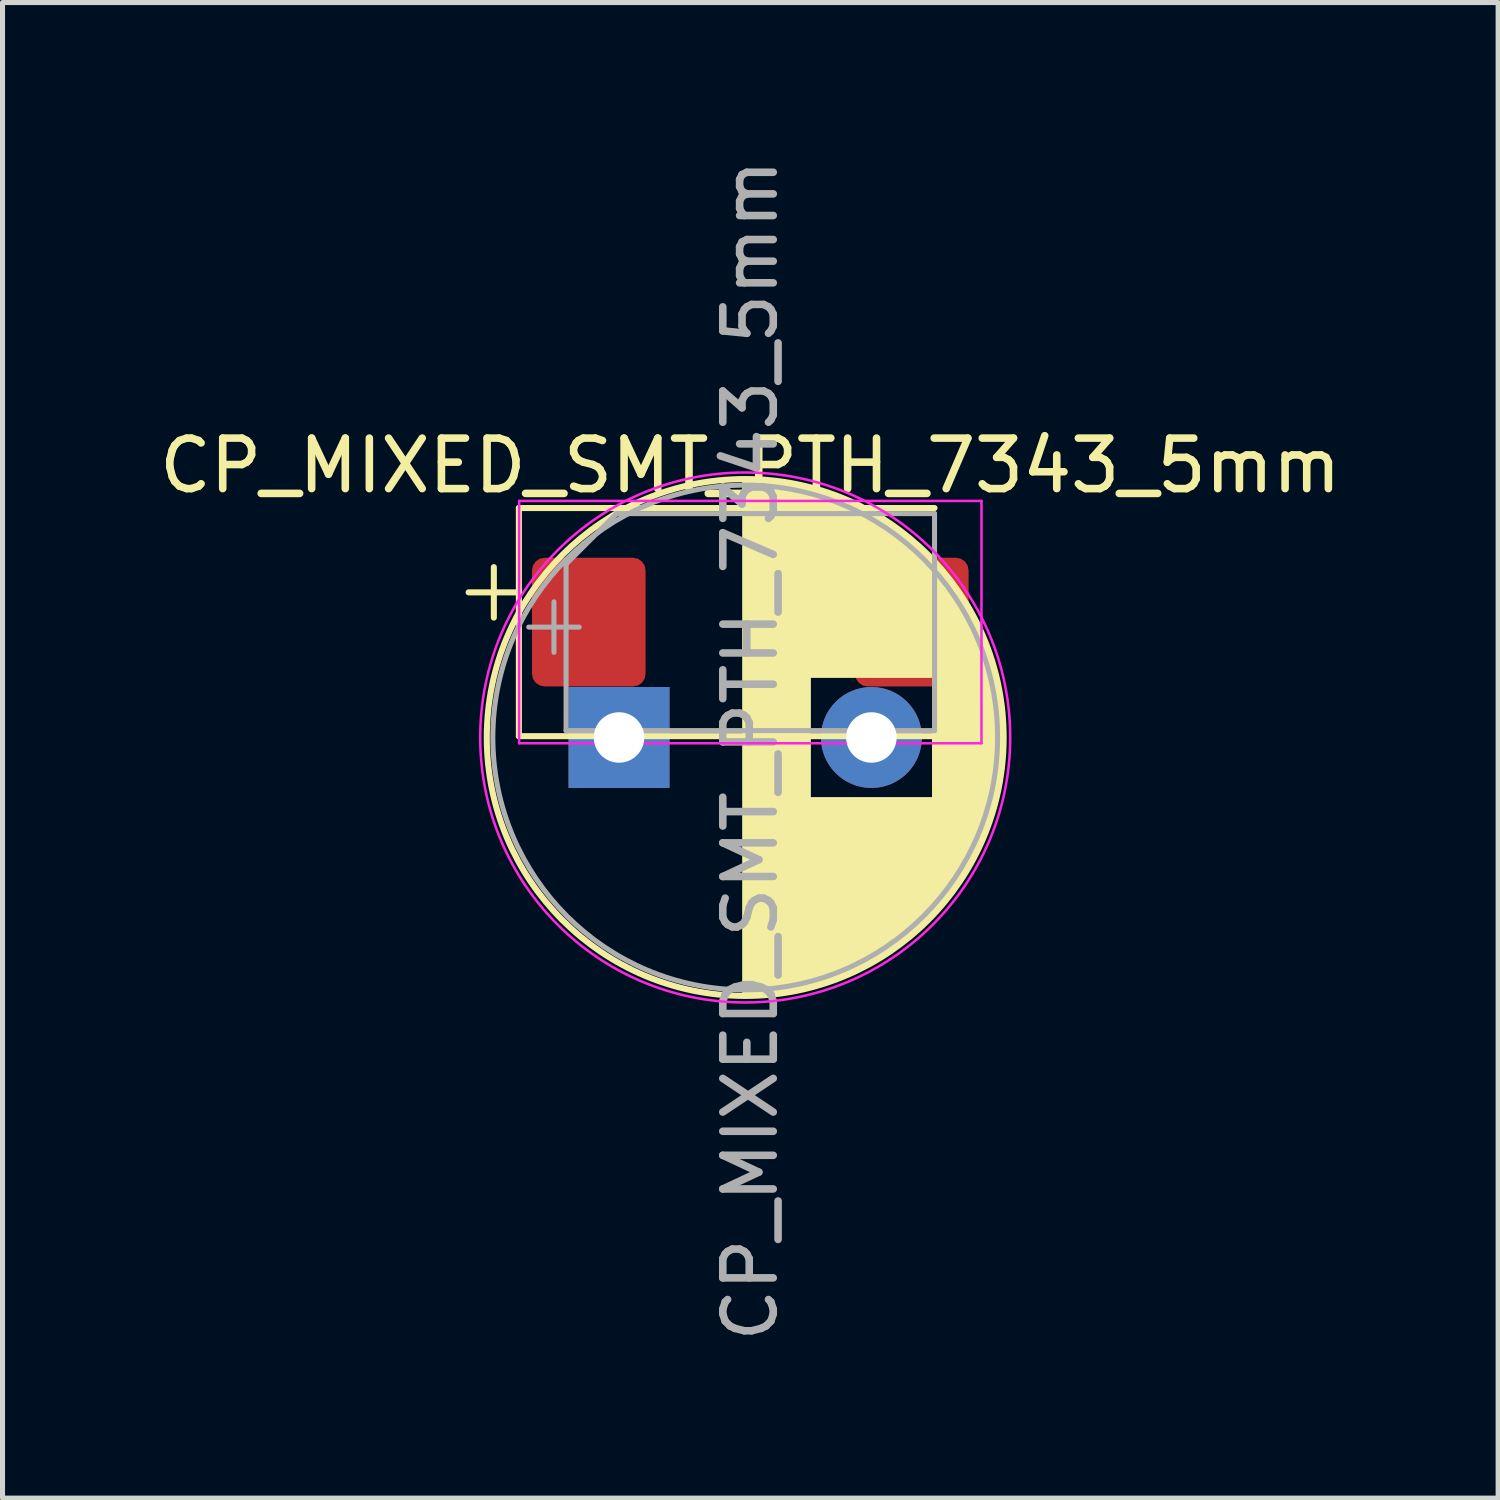
<source format=kicad_pcb>
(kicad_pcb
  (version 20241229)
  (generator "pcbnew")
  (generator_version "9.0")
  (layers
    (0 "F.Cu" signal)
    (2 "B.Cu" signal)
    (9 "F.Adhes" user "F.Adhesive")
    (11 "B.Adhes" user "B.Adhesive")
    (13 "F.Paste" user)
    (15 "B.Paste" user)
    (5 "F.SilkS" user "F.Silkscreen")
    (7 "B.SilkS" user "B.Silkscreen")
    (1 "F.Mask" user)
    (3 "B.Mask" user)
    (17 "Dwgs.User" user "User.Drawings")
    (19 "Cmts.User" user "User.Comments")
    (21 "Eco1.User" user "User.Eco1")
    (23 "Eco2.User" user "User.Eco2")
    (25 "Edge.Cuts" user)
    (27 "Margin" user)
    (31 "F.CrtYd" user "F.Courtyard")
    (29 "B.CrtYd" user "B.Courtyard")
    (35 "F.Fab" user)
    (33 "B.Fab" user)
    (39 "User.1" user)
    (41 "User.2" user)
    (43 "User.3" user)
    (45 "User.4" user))
  (footprint "CP_MIXED_SMT_PTH_7343_5mm"
    (layer "F.Cu")
    (at 11.815 9.275)
    (property "Reference" "CP_MIXED_SMT_PTH_7343_5mm" (at 0 -3.1 0) (layer "F.SilkS") (effects (font (size 1 1) (thickness 0.15))))
    (attr smd)
    (fp_line (start -5.581 -0.589) (end -4.581 -0.589) (stroke (width 0.12) (type solid)) (layer "F.SilkS"))
    (fp_line (start -5.081 -1.089) (end -5.081 -0.089) (stroke (width 0.12) (type solid)) (layer "F.SilkS"))
    (fp_line (start -4.585 -2.26) (end -4.585 2.26) (stroke (width 0.12) (type solid)) (layer "F.SilkS"))
    (fp_line (start -4.585 2.26) (end 3.65 2.26) (stroke (width 0.12) (type solid)) (layer "F.SilkS"))
    (fp_line (start -0.101 -2.794) (end -0.101 7.366) (stroke (width 0.12) (type solid)) (layer "F.SilkS"))
    (fp_line (start -0.061 -2.794) (end -0.061 7.366) (stroke (width 0.12) (type solid)) (layer "F.SilkS"))
    (fp_line (start -0.021 -2.794) (end -0.021 7.366) (stroke (width 0.12) (type solid)) (layer "F.SilkS"))
    (fp_line (start 0.019 -2.793) (end 0.019 7.365) (stroke (width 0.12) (type solid)) (layer "F.SilkS"))
    (fp_line (start 0.059 -2.792) (end 0.059 7.364) (stroke (width 0.12) (type solid)) (layer "F.SilkS"))
    (fp_line (start 0.099 -2.791) (end 0.099 7.363) (stroke (width 0.12) (type solid)) (layer "F.SilkS"))
    (fp_line (start 0.139 -2.789) (end 0.139 7.361) (stroke (width 0.12) (type solid)) (layer "F.SilkS"))
    (fp_line (start 0.179 -2.787) (end 0.179 7.359) (stroke (width 0.12) (type solid)) (layer "F.SilkS"))
    (fp_line (start 0.219 -2.784) (end 0.219 7.356) (stroke (width 0.12) (type solid)) (layer "F.SilkS"))
    (fp_line (start 0.259 -2.782) (end 0.259 7.354) (stroke (width 0.12) (type solid)) (layer "F.SilkS"))
    (fp_line (start 0.299 -2.779) (end 0.299 7.351) (stroke (width 0.12) (type solid)) (layer "F.SilkS"))
    (fp_line (start 0.339 -2.776) (end 0.339 7.348) (stroke (width 0.12) (type solid)) (layer "F.SilkS"))
    (fp_line (start 0.379 -2.772) (end 0.379 7.344) (stroke (width 0.12) (type solid)) (layer "F.SilkS"))
    (fp_line (start 0.419 -2.768) (end 0.419 7.34) (stroke (width 0.12) (type solid)) (layer "F.SilkS"))
    (fp_line (start 0.459 -2.764) (end 0.459 7.336) (stroke (width 0.12) (type solid)) (layer "F.SilkS"))
    (fp_line (start 0.499 -2.759) (end 0.499 7.331) (stroke (width 0.12) (type solid)) (layer "F.SilkS"))
    (fp_line (start 0.539 -2.754) (end 0.539 7.326) (stroke (width 0.12) (type solid)) (layer "F.SilkS"))
    (fp_line (start 0.579 -2.749) (end 0.579 7.321) (stroke (width 0.12) (type solid)) (layer "F.SilkS"))
    (fp_line (start 0.62 -2.744) (end 0.62 7.316) (stroke (width 0.12) (type solid)) (layer "F.SilkS"))
    (fp_line (start 0.66 -2.738) (end 0.66 7.31) (stroke (width 0.12) (type solid)) (layer "F.SilkS"))
    (fp_line (start 0.7 -2.732) (end 0.7 7.304) (stroke (width 0.12) (type solid)) (layer "F.SilkS"))
    (fp_line (start 0.74 -2.725) (end 0.74 7.297) (stroke (width 0.12) (type solid)) (layer "F.SilkS"))
    (fp_line (start 0.78 -2.718) (end 0.78 7.29) (stroke (width 0.12) (type solid)) (layer "F.SilkS"))
    (fp_line (start 0.82 -2.711) (end 0.82 7.283) (stroke (width 0.12) (type solid)) (layer "F.SilkS"))
    (fp_line (start 0.86 -2.704) (end 0.86 7.276) (stroke (width 0.12) (type solid)) (layer "F.SilkS"))
    (fp_line (start 0.9 -2.696) (end 0.9 7.268) (stroke (width 0.12) (type solid)) (layer "F.SilkS"))
    (fp_line (start 0.94 -2.688) (end 0.94 7.26) (stroke (width 0.12) (type solid)) (layer "F.SilkS"))
    (fp_line (start 0.98 -2.679) (end 0.98 7.251) (stroke (width 0.12) (type solid)) (layer "F.SilkS"))
    (fp_line (start 1.02 -2.67) (end 1.02 7.242) (stroke (width 0.12) (type solid)) (layer "F.SilkS"))
    (fp_line (start 1.06 -2.661) (end 1.06 7.233) (stroke (width 0.12) (type solid)) (layer "F.SilkS"))
    (fp_line (start 1.1 -2.652) (end 1.1 7.224) (stroke (width 0.12) (type solid)) (layer "F.SilkS"))
    (fp_line (start 1.14 -2.642) (end 1.14 7.214) (stroke (width 0.12) (type solid)) (layer "F.SilkS"))
    (fp_line (start 1.18 -2.632) (end 1.18 1.045) (stroke (width 0.12) (type solid)) (layer "F.SilkS"))
    (fp_line (start 1.18 3.527) (end 1.18 7.204) (stroke (width 0.12) (type solid)) (layer "F.SilkS"))
    (fp_line (start 1.22 -2.621) (end 1.22 1.045) (stroke (width 0.12) (type solid)) (layer "F.SilkS"))
    (fp_line (start 1.22 3.527) (end 1.22 7.193) (stroke (width 0.12) (type solid)) (layer "F.SilkS"))
    (fp_line (start 1.26 -2.611) (end 1.26 1.045) (stroke (width 0.12) (type solid)) (layer "F.SilkS"))
    (fp_line (start 1.26 3.527) (end 1.26 7.183) (stroke (width 0.12) (type solid)) (layer "F.SilkS"))
    (fp_line (start 1.3 -2.599) (end 1.3 1.045) (stroke (width 0.12) (type solid)) (layer "F.SilkS"))
    (fp_line (start 1.3 3.527) (end 1.3 7.171) (stroke (width 0.12) (type solid)) (layer "F.SilkS"))
    (fp_line (start 1.34 -2.588) (end 1.34 1.045) (stroke (width 0.12) (type solid)) (layer "F.SilkS"))
    (fp_line (start 1.34 3.527) (end 1.34 7.16) (stroke (width 0.12) (type solid)) (layer "F.SilkS"))
    (fp_line (start 1.38 -2.576) (end 1.38 1.045) (stroke (width 0.12) (type solid)) (layer "F.SilkS"))
    (fp_line (start 1.38 3.527) (end 1.38 7.148) (stroke (width 0.12) (type solid)) (layer "F.SilkS"))
    (fp_line (start 1.42 -2.564) (end 1.42 1.045) (stroke (width 0.12) (type solid)) (layer "F.SilkS"))
    (fp_line (start 1.42 3.527) (end 1.42 7.136) (stroke (width 0.12) (type solid)) (layer "F.SilkS"))
    (fp_line (start 1.46 -2.551) (end 1.46 1.045) (stroke (width 0.12) (type solid)) (layer "F.SilkS"))
    (fp_line (start 1.46 3.527) (end 1.46 7.123) (stroke (width 0.12) (type solid)) (layer "F.SilkS"))
    (fp_line (start 1.5 -2.538) (end 1.5 1.045) (stroke (width 0.12) (type solid)) (layer "F.SilkS"))
    (fp_line (start 1.5 3.527) (end 1.5 7.11) (stroke (width 0.12) (type solid)) (layer "F.SilkS"))
    (fp_line (start 1.54 -2.525) (end 1.54 1.045) (stroke (width 0.12) (type solid)) (layer "F.SilkS"))
    (fp_line (start 1.54 3.527) (end 1.54 7.097) (stroke (width 0.12) (type solid)) (layer "F.SilkS"))
    (fp_line (start 1.58 -2.511) (end 1.58 1.045) (stroke (width 0.12) (type solid)) (layer "F.SilkS"))
    (fp_line (start 1.58 3.527) (end 1.58 7.083) (stroke (width 0.12) (type solid)) (layer "F.SilkS"))
    (fp_line (start 1.62 -2.497) (end 1.62 1.045) (stroke (width 0.12) (type solid)) (layer "F.SilkS"))
    (fp_line (start 1.62 3.527) (end 1.62 7.069) (stroke (width 0.12) (type solid)) (layer "F.SilkS"))
    (fp_line (start 1.66 -2.482) (end 1.66 1.045) (stroke (width 0.12) (type solid)) (layer "F.SilkS"))
    (fp_line (start 1.66 3.527) (end 1.66 7.054) (stroke (width 0.12) (type solid)) (layer "F.SilkS"))
    (fp_line (start 1.7 -2.468) (end 1.7 1.045) (stroke (width 0.12) (type solid)) (layer "F.SilkS"))
    (fp_line (start 1.7 3.527) (end 1.7 7.04) (stroke (width 0.12) (type solid)) (layer "F.SilkS"))
    (fp_line (start 1.74 -2.452) (end 1.74 1.045) (stroke (width 0.12) (type solid)) (layer "F.SilkS"))
    (fp_line (start 1.74 3.527) (end 1.74 7.024) (stroke (width 0.12) (type solid)) (layer "F.SilkS"))
    (fp_line (start 1.78 -2.437) (end 1.78 1.045) (stroke (width 0.12) (type solid)) (layer "F.SilkS"))
    (fp_line (start 1.78 3.527) (end 1.78 7.009) (stroke (width 0.12) (type solid)) (layer "F.SilkS"))
    (fp_line (start 1.82 -2.421) (end 1.82 1.045) (stroke (width 0.12) (type solid)) (layer "F.SilkS"))
    (fp_line (start 1.82 3.527) (end 1.82 6.993) (stroke (width 0.12) (type solid)) (layer "F.SilkS"))
    (fp_line (start 1.86 -2.404) (end 1.86 1.045) (stroke (width 0.12) (type solid)) (layer "F.SilkS"))
    (fp_line (start 1.86 3.527) (end 1.86 6.976) (stroke (width 0.12) (type solid)) (layer "F.SilkS"))
    (fp_line (start 1.9 -2.388) (end 1.9 1.045) (stroke (width 0.12) (type solid)) (layer "F.SilkS"))
    (fp_line (start 1.9 3.527) (end 1.9 6.96) (stroke (width 0.12) (type solid)) (layer "F.SilkS"))
    (fp_line (start 1.94 -2.371) (end 1.94 1.045) (stroke (width 0.12) (type solid)) (layer "F.SilkS"))
    (fp_line (start 1.94 3.527) (end 1.94 6.943) (stroke (width 0.12) (type solid)) (layer "F.SilkS"))
    (fp_line (start 1.98 -2.353) (end 1.98 1.045) (stroke (width 0.12) (type solid)) (layer "F.SilkS"))
    (fp_line (start 1.98 3.527) (end 1.98 6.925) (stroke (width 0.12) (type solid)) (layer "F.SilkS"))
    (fp_line (start 2.02 -2.335) (end 2.02 1.045) (stroke (width 0.12) (type solid)) (layer "F.SilkS"))
    (fp_line (start 2.02 3.527) (end 2.02 6.907) (stroke (width 0.12) (type solid)) (layer "F.SilkS"))
    (fp_line (start 2.06 -2.317) (end 2.06 1.045) (stroke (width 0.12) (type solid)) (layer "F.SilkS"))
    (fp_line (start 2.06 3.527) (end 2.06 6.889) (stroke (width 0.12) (type solid)) (layer "F.SilkS"))
    (fp_line (start 2.1 -2.298) (end 2.1 1.045) (stroke (width 0.12) (type solid)) (layer "F.SilkS"))
    (fp_line (start 2.1 3.527) (end 2.1 6.87) (stroke (width 0.12) (type solid)) (layer "F.SilkS"))
    (fp_line (start 2.14 -2.278) (end 2.14 1.045) (stroke (width 0.12) (type solid)) (layer "F.SilkS"))
    (fp_line (start 2.14 3.527) (end 2.14 6.85) (stroke (width 0.12) (type solid)) (layer "F.SilkS"))
    (fp_line (start 2.18 -2.259) (end 2.18 1.045) (stroke (width 0.12) (type solid)) (layer "F.SilkS"))
    (fp_line (start 2.18 3.527) (end 2.18 6.831) (stroke (width 0.12) (type solid)) (layer "F.SilkS"))
    (fp_line (start 2.22 -2.239) (end 2.22 1.045) (stroke (width 0.12) (type solid)) (layer "F.SilkS"))
    (fp_line (start 2.22 3.527) (end 2.22 6.811) (stroke (width 0.12) (type solid)) (layer "F.SilkS"))
    (fp_line (start 2.26 -2.218) (end 2.26 1.045) (stroke (width 0.12) (type solid)) (layer "F.SilkS"))
    (fp_line (start 2.26 3.527) (end 2.26 6.79) (stroke (width 0.12) (type solid)) (layer "F.SilkS"))
    (fp_line (start 2.3 -2.197) (end 2.3 1.045) (stroke (width 0.12) (type solid)) (layer "F.SilkS"))
    (fp_line (start 2.3 3.527) (end 2.3 6.769) (stroke (width 0.12) (type solid)) (layer "F.SilkS"))
    (fp_line (start 2.34 -2.176) (end 2.34 1.045) (stroke (width 0.12) (type solid)) (layer "F.SilkS"))
    (fp_line (start 2.34 3.527) (end 2.34 6.748) (stroke (width 0.12) (type solid)) (layer "F.SilkS"))
    (fp_line (start 2.38 -2.154) (end 2.38 1.045) (stroke (width 0.12) (type solid)) (layer "F.SilkS"))
    (fp_line (start 2.38 3.527) (end 2.38 6.726) (stroke (width 0.12) (type solid)) (layer "F.SilkS"))
    (fp_line (start 2.42 -2.131) (end 2.42 1.045) (stroke (width 0.12) (type solid)) (layer "F.SilkS"))
    (fp_line (start 2.42 3.527) (end 2.42 6.703) (stroke (width 0.12) (type solid)) (layer "F.SilkS"))
    (fp_line (start 2.46 -2.109) (end 2.46 1.045) (stroke (width 0.12) (type solid)) (layer "F.SilkS"))
    (fp_line (start 2.46 3.527) (end 2.46 6.681) (stroke (width 0.12) (type solid)) (layer "F.SilkS"))
    (fp_line (start 2.5 -2.085) (end 2.5 1.045) (stroke (width 0.12) (type solid)) (layer "F.SilkS"))
    (fp_line (start 2.5 3.527) (end 2.5 6.657) (stroke (width 0.12) (type solid)) (layer "F.SilkS"))
    (fp_line (start 2.54 -2.061) (end 2.54 1.045) (stroke (width 0.12) (type solid)) (layer "F.SilkS"))
    (fp_line (start 2.54 3.527) (end 2.54 6.633) (stroke (width 0.12) (type solid)) (layer "F.SilkS"))
    (fp_line (start 2.58 -2.037) (end 2.58 1.045) (stroke (width 0.12) (type solid)) (layer "F.SilkS"))
    (fp_line (start 2.58 3.527) (end 2.58 6.609) (stroke (width 0.12) (type solid)) (layer "F.SilkS"))
    (fp_line (start 2.62 -2.012) (end 2.62 1.045) (stroke (width 0.12) (type solid)) (layer "F.SilkS"))
    (fp_line (start 2.62 3.527) (end 2.62 6.584) (stroke (width 0.12) (type solid)) (layer "F.SilkS"))
    (fp_line (start 2.66 -1.987) (end 2.66 1.045) (stroke (width 0.12) (type solid)) (layer "F.SilkS"))
    (fp_line (start 2.66 3.527) (end 2.66 6.559) (stroke (width 0.12) (type solid)) (layer "F.SilkS"))
    (fp_line (start 2.7 -1.961) (end 2.7 1.045) (stroke (width 0.12) (type solid)) (layer "F.SilkS"))
    (fp_line (start 2.7 3.527) (end 2.7 6.533) (stroke (width 0.12) (type solid)) (layer "F.SilkS"))
    (fp_line (start 2.74 -1.935) (end 2.74 1.045) (stroke (width 0.12) (type solid)) (layer "F.SilkS"))
    (fp_line (start 2.74 3.527) (end 2.74 6.507) (stroke (width 0.12) (type solid)) (layer "F.SilkS"))
    (fp_line (start 2.78 -1.908) (end 2.78 1.045) (stroke (width 0.12) (type solid)) (layer "F.SilkS"))
    (fp_line (start 2.78 3.527) (end 2.78 6.48) (stroke (width 0.12) (type solid)) (layer "F.SilkS"))
    (fp_line (start 2.82 -1.88) (end 2.82 1.045) (stroke (width 0.12) (type solid)) (layer "F.SilkS"))
    (fp_line (start 2.82 3.527) (end 2.82 6.452) (stroke (width 0.12) (type solid)) (layer "F.SilkS"))
    (fp_line (start 2.86 -1.852) (end 2.86 1.045) (stroke (width 0.12) (type solid)) (layer "F.SilkS"))
    (fp_line (start 2.86 3.527) (end 2.86 6.424) (stroke (width 0.12) (type solid)) (layer "F.SilkS"))
    (fp_line (start 2.9 -1.824) (end 2.9 1.045) (stroke (width 0.12) (type solid)) (layer "F.SilkS"))
    (fp_line (start 2.9 3.527) (end 2.9 6.396) (stroke (width 0.12) (type solid)) (layer "F.SilkS"))
    (fp_line (start 2.94 -1.794) (end 2.94 1.045) (stroke (width 0.12) (type solid)) (layer "F.SilkS"))
    (fp_line (start 2.94 3.527) (end 2.94 6.366) (stroke (width 0.12) (type solid)) (layer "F.SilkS"))
    (fp_line (start 2.98 -1.764) (end 2.98 1.045) (stroke (width 0.12) (type solid)) (layer "F.SilkS"))
    (fp_line (start 2.98 3.527) (end 2.98 6.336) (stroke (width 0.12) (type solid)) (layer "F.SilkS"))
    (fp_line (start 3.02 -1.734) (end 3.02 1.045) (stroke (width 0.12) (type solid)) (layer "F.SilkS"))
    (fp_line (start 3.02 3.527) (end 3.02 6.306) (stroke (width 0.12) (type solid)) (layer "F.SilkS"))
    (fp_line (start 3.06 -1.703) (end 3.06 1.045) (stroke (width 0.12) (type solid)) (layer "F.SilkS"))
    (fp_line (start 3.06 3.527) (end 3.06 6.275) (stroke (width 0.12) (type solid)) (layer "F.SilkS"))
    (fp_line (start 3.1 -1.671) (end 3.1 1.045) (stroke (width 0.12) (type solid)) (layer "F.SilkS"))
    (fp_line (start 3.1 3.527) (end 3.1 6.243) (stroke (width 0.12) (type solid)) (layer "F.SilkS"))
    (fp_line (start 3.14 -1.639) (end 3.14 1.045) (stroke (width 0.12) (type solid)) (layer "F.SilkS"))
    (fp_line (start 3.14 3.527) (end 3.14 6.211) (stroke (width 0.12) (type solid)) (layer "F.SilkS"))
    (fp_line (start 3.18 -1.606) (end 3.18 1.045) (stroke (width 0.12) (type solid)) (layer "F.SilkS"))
    (fp_line (start 3.18 3.527) (end 3.18 6.178) (stroke (width 0.12) (type solid)) (layer "F.SilkS"))
    (fp_line (start 3.22 -1.572) (end 3.22 1.045) (stroke (width 0.12) (type solid)) (layer "F.SilkS"))
    (fp_line (start 3.22 3.527) (end 3.22 6.144) (stroke (width 0.12) (type solid)) (layer "F.SilkS"))
    (fp_line (start 3.26 -1.538) (end 3.26 1.045) (stroke (width 0.12) (type solid)) (layer "F.SilkS"))
    (fp_line (start 3.26 3.527) (end 3.26 6.11) (stroke (width 0.12) (type solid)) (layer "F.SilkS"))
    (fp_line (start 3.3 -1.503) (end 3.3 1.045) (stroke (width 0.12) (type solid)) (layer "F.SilkS"))
    (fp_line (start 3.3 3.527) (end 3.3 6.075) (stroke (width 0.12) (type solid)) (layer "F.SilkS"))
    (fp_line (start 3.34 -1.467) (end 3.34 1.045) (stroke (width 0.12) (type solid)) (layer "F.SilkS"))
    (fp_line (start 3.34 3.527) (end 3.34 6.039) (stroke (width 0.12) (type solid)) (layer "F.SilkS"))
    (fp_line (start 3.38 -1.43) (end 3.38 1.045) (stroke (width 0.12) (type solid)) (layer "F.SilkS"))
    (fp_line (start 3.38 3.527) (end 3.38 6.002) (stroke (width 0.12) (type solid)) (layer "F.SilkS"))
    (fp_line (start 3.42 -1.393) (end 3.42 1.045) (stroke (width 0.12) (type solid)) (layer "F.SilkS"))
    (fp_line (start 3.42 3.527) (end 3.42 5.965) (stroke (width 0.12) (type solid)) (layer "F.SilkS"))
    (fp_line (start 3.46 -1.354) (end 3.46 1.045) (stroke (width 0.12) (type solid)) (layer "F.SilkS"))
    (fp_line (start 3.46 3.527) (end 3.46 5.926) (stroke (width 0.12) (type solid)) (layer "F.SilkS"))
    (fp_line (start 3.5 -1.315) (end 3.5 1.045) (stroke (width 0.12) (type solid)) (layer "F.SilkS"))
    (fp_line (start 3.5 3.527) (end 3.5 5.887) (stroke (width 0.12) (type solid)) (layer "F.SilkS"))
    (fp_line (start 3.54 -1.275) (end 3.54 1.045) (stroke (width 0.12) (type solid)) (layer "F.SilkS"))
    (fp_line (start 3.54 3.527) (end 3.54 5.847) (stroke (width 0.12) (type solid)) (layer "F.SilkS"))
    (fp_line (start 3.58 -1.234) (end 3.58 1.045) (stroke (width 0.12) (type solid)) (layer "F.SilkS"))
    (fp_line (start 3.58 3.527) (end 3.58 5.806) (stroke (width 0.12) (type solid)) (layer "F.SilkS"))
    (fp_line (start 3.62 -1.192) (end 3.62 1.045) (stroke (width 0.12) (type solid)) (layer "F.SilkS"))
    (fp_line (start 3.62 3.527) (end 3.62 5.764) (stroke (width 0.12) (type solid)) (layer "F.SilkS"))
    (fp_line (start 3.65 -2.26) (end -4.585 -2.26) (stroke (width 0.12) (type solid)) (layer "F.SilkS"))
    (fp_line (start 3.66 -1.15) (end 3.66 5.722) (stroke (width 0.12) (type solid)) (layer "F.SilkS"))
    (fp_line (start 3.7 -1.106) (end 3.7 5.678) (stroke (width 0.12) (type solid)) (layer "F.SilkS"))
    (fp_line (start 3.74 -1.061) (end 3.74 5.633) (stroke (width 0.12) (type solid)) (layer "F.SilkS"))
    (fp_line (start 3.78 -1.015) (end 3.78 5.587) (stroke (width 0.12) (type solid)) (layer "F.SilkS"))
    (fp_line (start 3.82 -0.968) (end 3.82 5.54) (stroke (width 0.12) (type solid)) (layer "F.SilkS"))
    (fp_line (start 3.86 -0.92) (end 3.86 5.492) (stroke (width 0.12) (type solid)) (layer "F.SilkS"))
    (fp_line (start 3.9 -0.87) (end 3.9 5.442) (stroke (width 0.12) (type solid)) (layer "F.SilkS"))
    (fp_line (start 3.94 -0.82) (end 3.94 5.392) (stroke (width 0.12) (type solid)) (layer "F.SilkS"))
    (fp_line (start 3.98 -0.768) (end 3.98 5.34) (stroke (width 0.12) (type solid)) (layer "F.SilkS"))
    (fp_line (start 4.02 -0.714) (end 4.02 5.286) (stroke (width 0.12) (type solid)) (layer "F.SilkS"))
    (fp_line (start 4.06 -0.659) (end 4.06 5.231) (stroke (width 0.12) (type solid)) (layer "F.SilkS"))
    (fp_line (start 4.1 -0.603) (end 4.1 5.175) (stroke (width 0.12) (type solid)) (layer "F.SilkS"))
    (fp_line (start 4.14 -0.544) (end 4.14 5.116) (stroke (width 0.12) (type solid)) (layer "F.SilkS"))
    (fp_line (start 4.18 -0.484) (end 4.18 5.056) (stroke (width 0.12) (type solid)) (layer "F.SilkS"))
    (fp_line (start 4.22 -0.423) (end 4.22 4.995) (stroke (width 0.12) (type solid)) (layer "F.SilkS"))
    (fp_line (start 4.26 -0.359) (end 4.26 4.931) (stroke (width 0.12) (type solid)) (layer "F.SilkS"))
    (fp_line (start 4.3 -0.293) (end 4.3 4.865) (stroke (width 0.12) (type solid)) (layer "F.SilkS"))
    (fp_line (start 4.34 -0.224) (end 4.34 4.796) (stroke (width 0.12) (type solid)) (layer "F.SilkS"))
    (fp_line (start 4.38 -0.153) (end 4.38 4.725) (stroke (width 0.12) (type solid)) (layer "F.SilkS"))
    (fp_line (start 4.42 -0.079) (end 4.42 4.651) (stroke (width 0.12) (type solid)) (layer "F.SilkS"))
    (fp_line (start 4.46 -0.003) (end 4.46 4.575) (stroke (width 0.12) (type solid)) (layer "F.SilkS"))
    (fp_line (start 4.5 0.077) (end 4.5 4.495) (stroke (width 0.12) (type solid)) (layer "F.SilkS"))
    (fp_line (start 4.54 0.161) (end 4.54 4.411) (stroke (width 0.12) (type solid)) (layer "F.SilkS"))
    (fp_line (start 4.58 0.249) (end 4.58 4.323) (stroke (width 0.12) (type solid)) (layer "F.SilkS"))
    (fp_line (start 4.62 0.342) (end 4.62 4.23) (stroke (width 0.12) (type solid)) (layer "F.SilkS"))
    (fp_line (start 4.66 0.44) (end 4.66 4.132) (stroke (width 0.12) (type solid)) (layer "F.SilkS"))
    (fp_line (start 4.7 0.544) (end 4.7 4.028) (stroke (width 0.12) (type solid)) (layer "F.SilkS"))
    (fp_line (start 4.74 0.656) (end 4.74 3.916) (stroke (width 0.12) (type solid)) (layer "F.SilkS"))
    (fp_line (start 4.78 0.776) (end 4.78 3.796) (stroke (width 0.12) (type solid)) (layer "F.SilkS"))
    (fp_line (start 4.82 0.908) (end 4.82 3.664) (stroke (width 0.12) (type solid)) (layer "F.SilkS"))
    (fp_line (start 4.86 1.056) (end 4.86 3.516) (stroke (width 0.12) (type solid)) (layer "F.SilkS"))
    (fp_line (start 4.9 1.224) (end 4.9 3.348) (stroke (width 0.12) (type solid)) (layer "F.SilkS"))
    (fp_line (start 4.94 1.424) (end 4.94 3.148) (stroke (width 0.12) (type solid)) (layer "F.SilkS"))
    (fp_line (start 4.98 1.687) (end 4.98 2.885) (stroke (width 0.12) (type solid)) (layer "F.SilkS"))
    (fp_circle (center -0.101 2.286) (end 5.019 2.286) (stroke (width 0.12) (type solid)) (fill no) (layer "F.SilkS"))
    (fp_line (start -4.58 -2.4) (end 4.58 -2.4) (stroke (width 0.05) (type solid)) (layer "F.CrtYd"))
    (fp_line (start -4.58 2.4) (end -4.58 -2.4) (stroke (width 0.05) (type solid)) (layer "F.CrtYd"))
    (fp_line (start 4.58 -2.4) (end 4.58 2.4) (stroke (width 0.05) (type solid)) (layer "F.CrtYd"))
    (fp_line (start 4.58 2.4) (end -4.58 2.4) (stroke (width 0.05) (type solid)) (layer "F.CrtYd"))
    (fp_circle (center -0.101 2.286) (end 5.149 2.286) (stroke (width 0.05) (type solid)) (fill no) (layer "F.CrtYd"))
    (fp_line (start -4.39 0.099) (end -3.39 0.099) (stroke (width 0.1) (type solid)) (layer "F.Fab"))
    (fp_line (start -3.89 -0.402) (end -3.89 0.599) (stroke (width 0.1) (type solid)) (layer "F.Fab"))
    (fp_line (start -3.65 -1.15) (end -3.65 2.15) (stroke (width 0.1) (type solid)) (layer "F.Fab"))
    (fp_line (start -3.65 2.15) (end 3.65 2.15) (stroke (width 0.1) (type solid)) (layer "F.Fab"))
    (fp_line (start -2.65 -2.15) (end -3.65 -1.15) (stroke (width 0.1) (type solid)) (layer "F.Fab"))
    (fp_line (start 3.65 -2.15) (end -2.65 -2.15) (stroke (width 0.1) (type solid)) (layer "F.Fab"))
    (fp_line (start 3.65 2.15) (end 3.65 -2.15) (stroke (width 0.1) (type solid)) (layer "F.Fab"))
    (fp_circle (center -0.101 2.286) (end 4.899 2.286) (stroke (width 0.1) (type solid)) (fill no) (layer "F.Fab"))
    (fp_text user "${REFERENCE}" (at 0 2.54 90) (layer "F.Fab") (effects (font (size 1 1) (thickness 0.15))))
    (pad "1" smd roundrect (at -3.2 0) (size 2.25 2.55) (layers "F.Cu" "F.Mask" "F.Paste") (roundrect_rratio 0.111))
    (pad "1" thru_hole rect (at -2.601 2.286) (size 2 2) (drill 1) (layers "*.Cu" "*.Mask"))
    (pad "2" thru_hole circle (at 2.399 2.286) (size 2 2) (drill 1) (layers "*.Cu" "*.Mask"))
    (pad "2" smd roundrect (at 3.2 0) (size 2.25 2.55) (layers "F.Cu" "F.Mask" "F.Paste") (roundrect_rratio 0.111)))
  (gr_rect
    (start -3 -3)
    (end 26.631 26.631)
    (stroke (width 0.1) (type default))
    (fill no)
    (layer "Edge.Cuts")))
</source>
